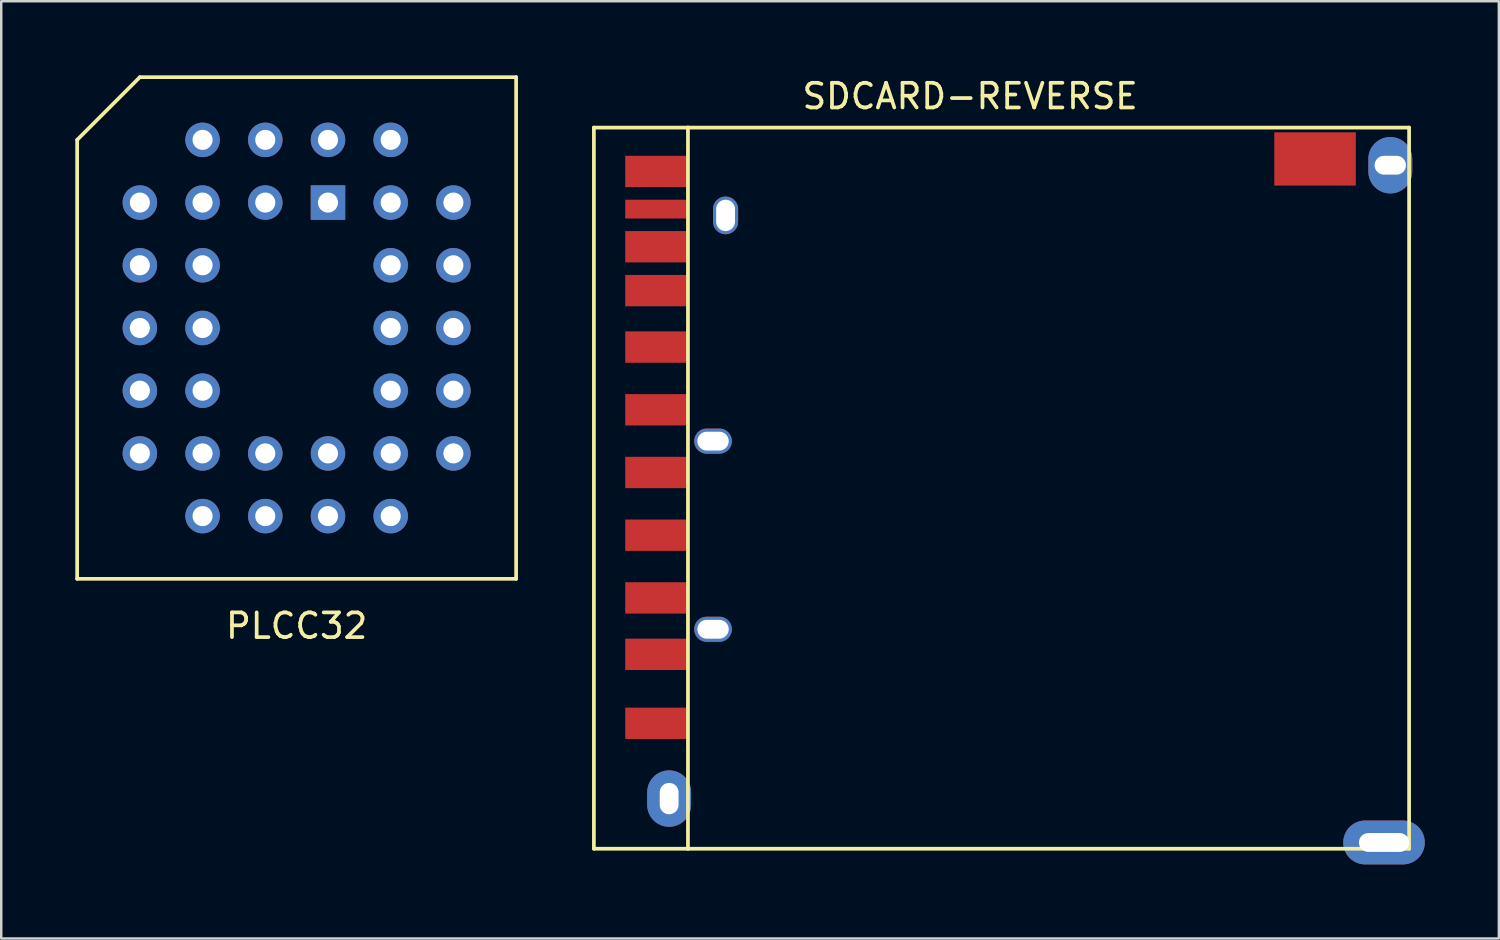
<source format=kicad_pcb>
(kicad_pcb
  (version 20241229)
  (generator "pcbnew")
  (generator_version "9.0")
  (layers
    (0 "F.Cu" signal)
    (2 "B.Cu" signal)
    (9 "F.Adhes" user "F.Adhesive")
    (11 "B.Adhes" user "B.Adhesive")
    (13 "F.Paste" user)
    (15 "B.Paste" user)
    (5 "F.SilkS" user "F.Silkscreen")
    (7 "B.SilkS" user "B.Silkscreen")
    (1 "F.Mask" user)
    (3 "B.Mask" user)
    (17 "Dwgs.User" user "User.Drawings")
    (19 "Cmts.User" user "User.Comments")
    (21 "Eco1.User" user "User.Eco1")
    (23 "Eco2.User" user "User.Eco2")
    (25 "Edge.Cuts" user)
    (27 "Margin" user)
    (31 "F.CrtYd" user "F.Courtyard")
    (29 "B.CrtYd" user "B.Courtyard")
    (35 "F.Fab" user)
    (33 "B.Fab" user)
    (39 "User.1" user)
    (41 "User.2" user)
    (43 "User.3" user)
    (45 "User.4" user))
  (footprint "SDCARD-REVERSE"
    (layer "F.Cu")
    (at 23.545 21.168)
    (property "Reference" "SDCARD-REVERSE" (at 12.7 -20.32 0) (layer "F.SilkS") (effects (font (size 1 1) (thickness 0.15))))
    (attr through_hole)
    (fp_line (start -2.54 -19.05) (end -2.54 10.16) (stroke (width 0.15) (type solid)) (layer "F.SilkS"))
    (fp_line (start -2.54 10.16) (end 1.27 10.16) (stroke (width 0.15) (type solid)) (layer "F.SilkS"))
    (fp_line (start 1.27 -19.05) (end -2.54 -19.05) (stroke (width 0.15) (type solid)) (layer "F.SilkS"))
    (fp_line (start 1.27 -19.05) (end 1.27 10.16) (stroke (width 0.15) (type solid)) (layer "F.SilkS"))
    (fp_line (start 30.48 -19.05) (end 1.27 -19.05) (stroke (width 0.15) (type solid)) (layer "F.SilkS"))
    (fp_line (start 30.48 -19.05) (end 30.48 10.16) (stroke (width 0.15) (type solid)) (layer "F.SilkS"))
    (fp_line (start 30.48 10.16) (end 1.27 10.16) (stroke (width 0.15) (type solid)) (layer "F.SilkS"))
    (pad "1" smd rect (at 0 2.286) (size 2.54 1.27) (layers "F.Cu" "F.Mask" "F.Paste"))
    (pad "2" smd rect (at 0 0) (size 2.54 1.27) (layers "F.Cu" "F.Mask" "F.Paste"))
    (pad "3" smd rect (at 0 -2.54) (size 2.54 1.27) (layers "F.Cu" "F.Mask" "F.Paste"))
    (pad "4" smd rect (at 0 -5.08) (size 2.54 1.27) (layers "F.Cu" "F.Mask" "F.Paste"))
    (pad "5" smd rect (at 0 -7.62) (size 2.54 1.27) (layers "F.Cu" "F.Mask" "F.Paste"))
    (pad "6" smd rect (at 0 -10.16) (size 2.54 1.27) (layers "F.Cu" "F.Mask" "F.Paste"))
    (pad "7" smd rect (at 0 -12.446) (size 2.54 1.27) (layers "F.Cu" "F.Mask" "F.Paste"))
    (pad "8" smd rect (at 0 -14.224) (size 2.54 1.27) (layers "F.Cu" "F.Mask" "F.Paste"))
    (pad "9" smd rect (at 0 5.08) (size 2.54 1.27) (layers "F.Cu" "F.Mask" "F.Paste"))
    (pad "10" smd rect (at 0 -15.748) (size 2.54 0.762) (layers "F.Cu" "F.Mask" "F.Paste"))
    (pad "11" smd rect (at 0 -17.272) (size 2.54 1.27) (layers "F.Cu" "F.Mask" "F.Paste"))
    (pad "12" smd rect (at 26.67 -17.78) (size 3.302 2.159) (layers "F.Cu" "F.Mask" "F.Paste"))
    (pad "13" thru_hole oval (at 2.794 -15.494) (size 1.016 1.524) (drill oval 0.762 1.27) (layers "*.Cu" "*.Mask"))
    (pad "14" thru_hole oval (at 2.286 -6.35) (size 1.524 1.016) (drill oval 1.27 0.762) (layers "*.Cu" "*.Mask"))
    (pad "15" thru_hole oval (at 2.286 1.27) (size 1.524 1.016) (drill oval 1.27 0.762) (layers "*.Cu" "*.Mask"))
    (pad "16" thru_hole oval (at 0.508 8.128) (size 1.778 2.286) (drill oval 0.762 1.27) (layers "*.Cu" "*.Mask"))
    (pad "17" thru_hole oval (at 29.464 9.906) (size 3.302 1.778) (drill oval 2.032 0.762) (layers "*.Cu" "*.Mask"))
    (pad "18" thru_hole oval (at 29.718 -17.526) (size 1.778 2.286) (drill oval 1.27 0.762) (layers "*.Cu" "*.Mask")))
  (footprint "PLCC32"
    (layer "F.Cu")
    (at 8.965 10.235)
    (property "Reference" "PLCC32" (at 0 12.065 0) (layer "F.SilkS") (effects (font (size 1 1) (thickness 0.15))))
    (attr through_hole)
    (fp_line (start -8.89 -7.62) (end -8.89 10.16) (stroke (width 0.15) (type solid)) (layer "F.SilkS"))
    (fp_line (start -8.89 10.16) (end 8.89 10.16) (stroke (width 0.15) (type solid)) (layer "F.SilkS"))
    (fp_line (start -6.35 -10.16) (end -8.89 -7.62) (stroke (width 0.15) (type solid)) (layer "F.SilkS"))
    (fp_line (start 8.89 -10.16) (end -6.35 -10.16) (stroke (width 0.15) (type solid)) (layer "F.SilkS"))
    (fp_line (start 8.89 -10.16) (end 8.89 10.16) (stroke (width 0.15) (type solid)) (layer "F.SilkS"))
    (pad "1" thru_hole rect (at 1.27 -5.08) (size 1.397 1.397) (drill 0.813) (layers "*.Cu" "*.Mask"))
    (pad "2" thru_hole circle (at -1.27 -7.62) (size 1.397 1.397) (drill 0.813) (layers "*.Cu" "*.Mask"))
    (pad "3" thru_hole circle (at -1.27 -5.08) (size 1.397 1.397) (drill 0.813) (layers "*.Cu" "*.Mask"))
    (pad "4" thru_hole circle (at -3.81 -7.62) (size 1.397 1.397) (drill 0.813) (layers "*.Cu" "*.Mask"))
    (pad "5" thru_hole circle (at -6.35 -5.08) (size 1.397 1.397) (drill 0.813) (layers "*.Cu" "*.Mask"))
    (pad "6" thru_hole circle (at -3.81 -5.08) (size 1.397 1.397) (drill 0.813) (layers "*.Cu" "*.Mask"))
    (pad "7" thru_hole circle (at -6.35 -2.54) (size 1.397 1.397) (drill 0.813) (layers "*.Cu" "*.Mask"))
    (pad "8" thru_hole circle (at -3.81 -2.54) (size 1.397 1.397) (drill 0.813) (layers "*.Cu" "*.Mask"))
    (pad "9" thru_hole circle (at -6.35 0) (size 1.397 1.397) (drill 0.813) (layers "*.Cu" "*.Mask"))
    (pad "10" thru_hole circle (at -3.81 0) (size 1.397 1.397) (drill 0.813) (layers "*.Cu" "*.Mask"))
    (pad "11" thru_hole circle (at -6.35 2.54) (size 1.397 1.397) (drill 0.813) (layers "*.Cu" "*.Mask"))
    (pad "12" thru_hole circle (at -3.81 2.54) (size 1.397 1.397) (drill 0.813) (layers "*.Cu" "*.Mask"))
    (pad "13" thru_hole circle (at -6.35 5.08) (size 1.397 1.397) (drill 0.813) (layers "*.Cu" "*.Mask"))
    (pad "14" thru_hole circle (at -3.81 7.62) (size 1.397 1.397) (drill 0.813) (layers "*.Cu" "*.Mask"))
    (pad "15" thru_hole circle (at -3.81 5.08) (size 1.397 1.397) (drill 0.813) (layers "*.Cu" "*.Mask"))
    (pad "16" thru_hole circle (at -1.27 7.62) (size 1.397 1.397) (drill 0.813) (layers "*.Cu" "*.Mask"))
    (pad "17" thru_hole circle (at -1.27 5.08) (size 1.397 1.397) (drill 0.813) (layers "*.Cu" "*.Mask"))
    (pad "18" thru_hole circle (at 1.27 7.62) (size 1.397 1.397) (drill 0.813) (layers "*.Cu" "*.Mask"))
    (pad "19" thru_hole circle (at 1.27 5.08) (size 1.397 1.397) (drill 0.813) (layers "*.Cu" "*.Mask"))
    (pad "20" thru_hole circle (at 3.81 7.62) (size 1.397 1.397) (drill 0.813) (layers "*.Cu" "*.Mask"))
    (pad "21" thru_hole circle (at 6.35 5.08) (size 1.397 1.397) (drill 0.813) (layers "*.Cu" "*.Mask"))
    (pad "22" thru_hole circle (at 3.81 5.08) (size 1.397 1.397) (drill 0.813) (layers "*.Cu" "*.Mask"))
    (pad "23" thru_hole circle (at 6.35 2.54) (size 1.397 1.397) (drill 0.813) (layers "*.Cu" "*.Mask"))
    (pad "24" thru_hole circle (at 3.81 2.54) (size 1.397 1.397) (drill 0.813) (layers "*.Cu" "*.Mask"))
    (pad "25" thru_hole circle (at 6.35 0) (size 1.397 1.397) (drill 0.813) (layers "*.Cu" "*.Mask"))
    (pad "26" thru_hole circle (at 3.81 0) (size 1.397 1.397) (drill 0.813) (layers "*.Cu" "*.Mask"))
    (pad "27" thru_hole circle (at 6.35 -2.54) (size 1.397 1.397) (drill 0.813) (layers "*.Cu" "*.Mask"))
    (pad "28" thru_hole circle (at 3.81 -2.54) (size 1.397 1.397) (drill 0.813) (layers "*.Cu" "*.Mask"))
    (pad "29" thru_hole circle (at 6.35 -5.08) (size 1.397 1.397) (drill 0.813) (layers "*.Cu" "*.Mask"))
    (pad "30" thru_hole circle (at 3.81 -7.62) (size 1.397 1.397) (drill 0.813) (layers "*.Cu" "*.Mask"))
    (pad "31" thru_hole circle (at 3.81 -5.08) (size 1.397 1.397) (drill 0.813) (layers "*.Cu" "*.Mask"))
    (pad "32" thru_hole circle (at 1.27 -7.62) (size 1.397 1.397) (drill 0.813) (layers "*.Cu" "*.Mask")))
  (gr_rect
    (start -3 -3)
    (end 57.66 34.963)
    (stroke (width 0.1) (type default))
    (fill no)
    (layer "Edge.Cuts")))
</source>
